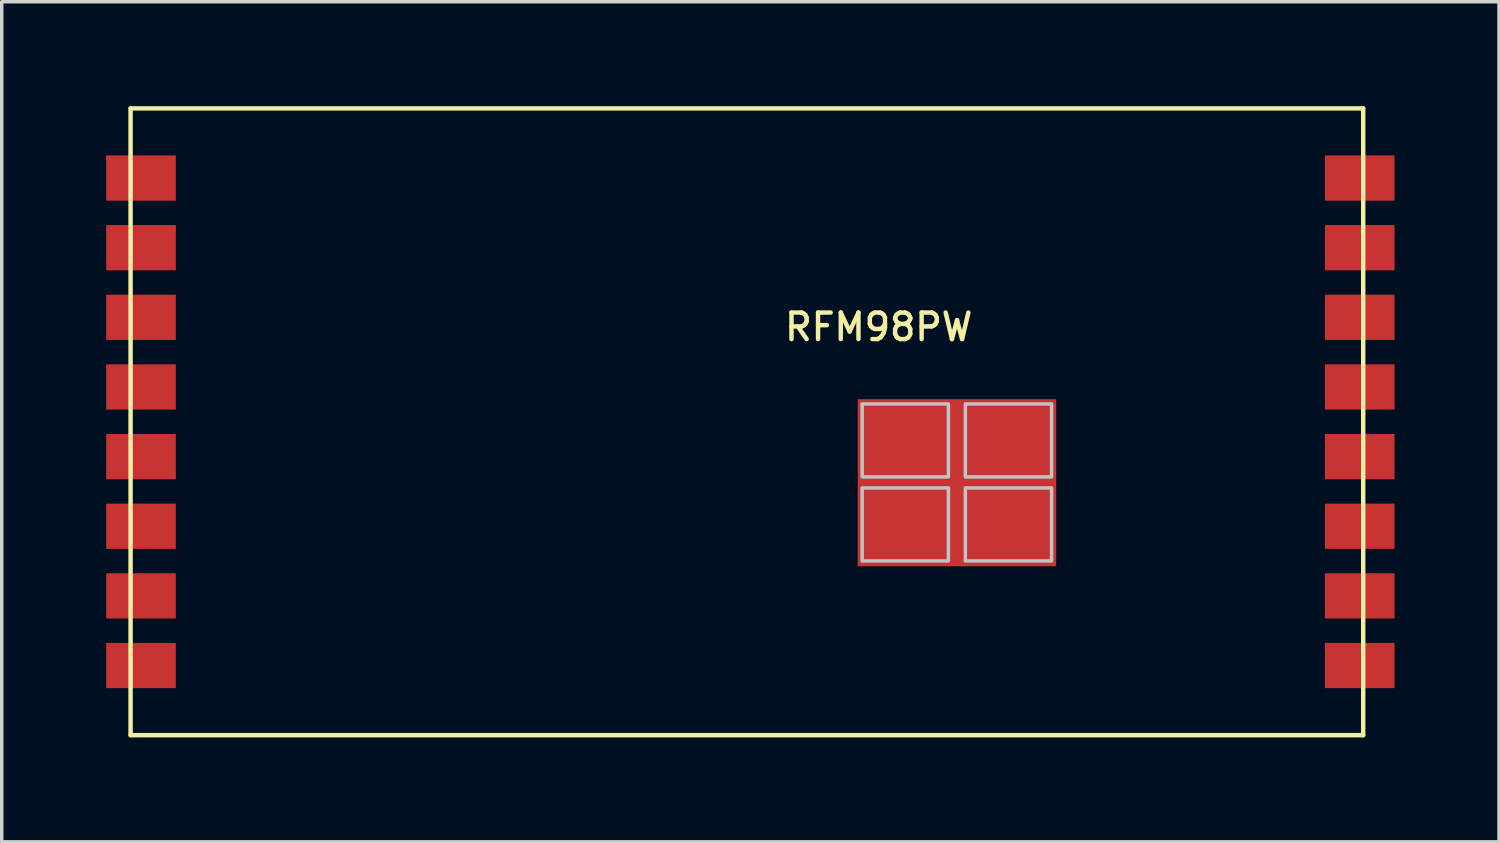
<source format=kicad_pcb>
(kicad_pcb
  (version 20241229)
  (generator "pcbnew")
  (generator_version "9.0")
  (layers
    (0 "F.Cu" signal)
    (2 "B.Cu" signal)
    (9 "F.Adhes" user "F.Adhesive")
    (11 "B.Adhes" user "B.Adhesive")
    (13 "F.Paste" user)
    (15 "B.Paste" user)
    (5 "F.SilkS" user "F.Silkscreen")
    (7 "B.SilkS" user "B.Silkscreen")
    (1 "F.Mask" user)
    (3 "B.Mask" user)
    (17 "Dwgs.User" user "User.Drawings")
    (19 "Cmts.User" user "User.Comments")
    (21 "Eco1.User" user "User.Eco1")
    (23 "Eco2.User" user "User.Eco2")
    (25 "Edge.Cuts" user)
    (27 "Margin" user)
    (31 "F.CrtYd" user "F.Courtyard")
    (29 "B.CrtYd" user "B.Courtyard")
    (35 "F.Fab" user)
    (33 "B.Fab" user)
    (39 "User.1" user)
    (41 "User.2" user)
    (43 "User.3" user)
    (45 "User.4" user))
  (footprint "RFM98PW"
    (layer "F.Cu")
    (at 18.4 8.563)
    (property "Reference" "RFM98PW" (at 1.016 -2.667 180) (layer "F.SilkS") (effects (font (size 0.762 0.762) (thickness 0.127)) (justify left top)))
    (attr through_hole)
    (fp_line (start -17.7 -8.5) (end 17.7 -8.5) (stroke (width 0.127) (type solid)) (layer "F.SilkS"))
    (fp_line (start -17.7 9.5) (end -17.7 -8.5) (stroke (width 0.127) (type solid)) (layer "F.SilkS"))
    (fp_line (start -17.7 9.5) (end 17.7 9.5) (stroke (width 0.127) (type solid)) (layer "F.SilkS"))
    (fp_line (start 17.7 9.5) (end 17.7 -8.5) (stroke (width 0.127) (type solid)) (layer "F.SilkS"))
    (fp_poly (pts (xy 5.787 2.083) (xy 3.31 2.083) (xy 3.31 -0.013) (xy 5.787 -0.013)) (stroke (width 0.1) (type solid)) (fill no) (layer "Dwgs.User"))
    (fp_poly (pts (xy 5.787 4.496) (xy 3.31 4.496) (xy 3.31 2.4) (xy 5.787 2.4)) (stroke (width 0.1) (type solid)) (fill no) (layer "Dwgs.User"))
    (fp_poly (pts (xy 8.75 2.083) (xy 6.274 2.083) (xy 6.274 -0.013) (xy 8.75 -0.013)) (stroke (width 0.1) (type solid)) (fill no) (layer "Dwgs.User"))
    (fp_poly (pts (xy 8.75 4.496) (xy 6.274 4.496) (xy 6.274 2.4) (xy 8.75 2.4)) (stroke (width 0.1) (type solid)) (fill no) (layer "Dwgs.User"))
    (pad "1" smd rect (at 17.6 7.5) (size 2 1.3) (layers "F.Cu" "F.Mask" "F.Paste"))
    (pad "2" smd rect (at 17.6 5.5) (size 2 1.3) (layers "F.Cu" "F.Mask" "F.Paste"))
    (pad "3" smd rect (at 17.6 3.5) (size 2 1.3) (layers "F.Cu" "F.Mask" "F.Paste"))
    (pad "4" smd rect (at 17.6 1.5) (size 2 1.3) (layers "F.Cu" "F.Mask" "F.Paste"))
    (pad "5" smd rect (at 17.6 -0.5) (size 2 1.3) (layers "F.Cu" "F.Mask" "F.Paste"))
    (pad "6" smd rect (at 17.6 -2.5) (size 2 1.3) (layers "F.Cu" "F.Mask" "F.Paste"))
    (pad "7" smd rect (at 17.6 -4.5) (size 2 1.3) (layers "F.Cu" "F.Mask" "F.Paste"))
    (pad "8" smd rect (at 17.6 -6.5) (size 2 1.3) (layers "F.Cu" "F.Mask" "F.Paste"))
    (pad "9" smd rect (at -17.4 -6.5) (size 2 1.3) (layers "F.Cu" "F.Mask" "F.Paste"))
    (pad "10" smd rect (at -17.4 -4.5) (size 2 1.3) (layers "F.Cu" "F.Mask" "F.Paste"))
    (pad "11" smd rect (at -17.4 -2.5) (size 2 1.3) (layers "F.Cu" "F.Mask" "F.Paste"))
    (pad "12" smd rect (at -17.4 -0.5) (size 2 1.3) (layers "F.Cu" "F.Mask" "F.Paste"))
    (pad "13" smd rect (at -17.4 1.5) (size 2 1.3) (layers "F.Cu" "F.Mask" "F.Paste"))
    (pad "14" smd rect (at -17.4 3.5) (size 2 1.3) (layers "F.Cu" "F.Mask" "F.Paste"))
    (pad "15" smd rect (at -17.4 5.5) (size 2 1.3) (layers "F.Cu" "F.Mask" "F.Paste"))
    (pad "16" smd rect (at -17.4 7.5) (size 2 1.3) (layers "F.Cu" "F.Mask" "F.Paste"))
    (pad "17" smd rect (at 6.032 2.25) (size 5.7 4.8) (layers "F.Cu" "F.Mask")))
  (gr_rect
    (start -3 -3)
    (end 40 21.127)
    (stroke (width 0.1) (type default))
    (fill no)
    (layer "Edge.Cuts")))
</source>
